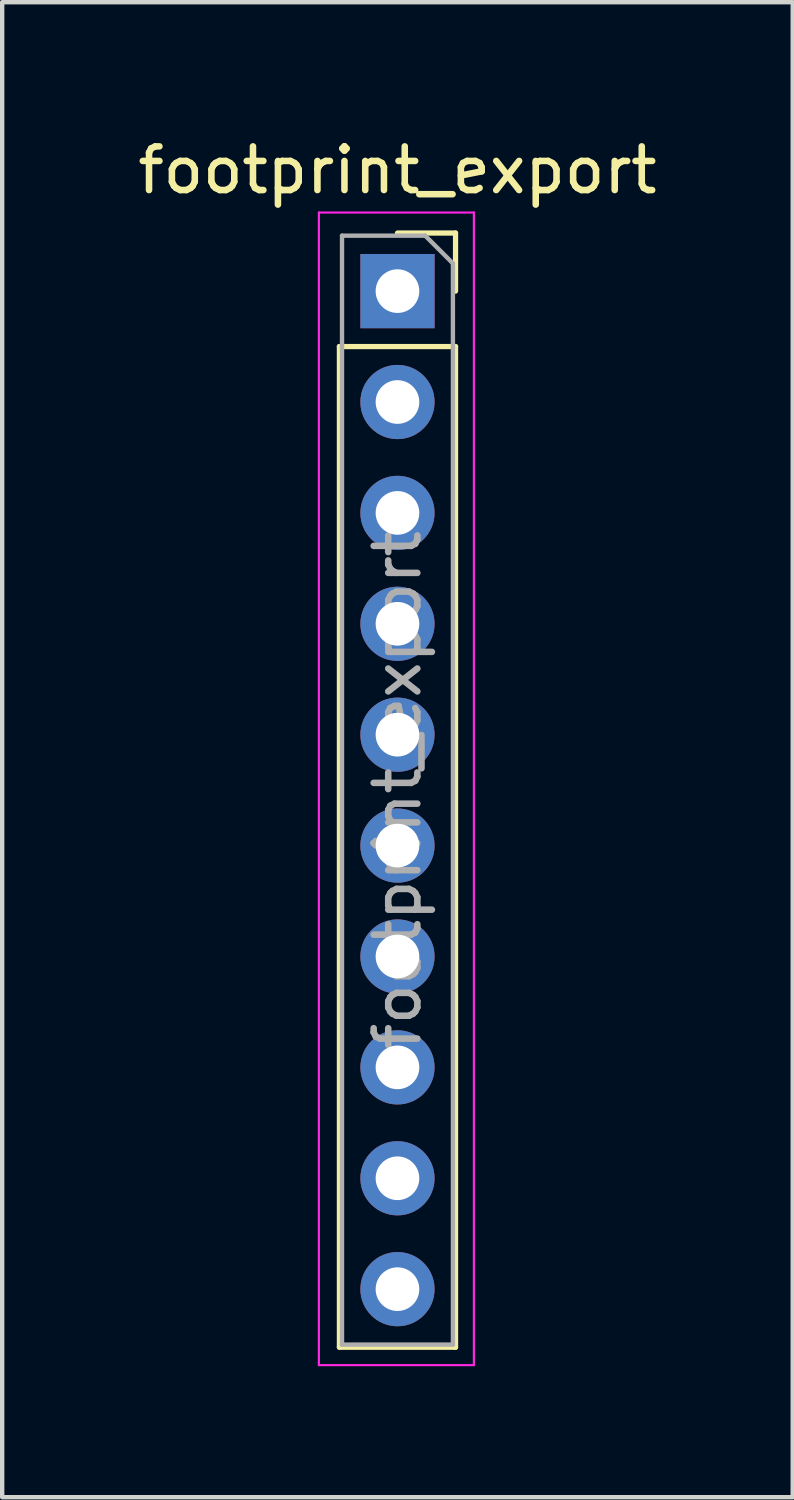
<source format=kicad_pcb>
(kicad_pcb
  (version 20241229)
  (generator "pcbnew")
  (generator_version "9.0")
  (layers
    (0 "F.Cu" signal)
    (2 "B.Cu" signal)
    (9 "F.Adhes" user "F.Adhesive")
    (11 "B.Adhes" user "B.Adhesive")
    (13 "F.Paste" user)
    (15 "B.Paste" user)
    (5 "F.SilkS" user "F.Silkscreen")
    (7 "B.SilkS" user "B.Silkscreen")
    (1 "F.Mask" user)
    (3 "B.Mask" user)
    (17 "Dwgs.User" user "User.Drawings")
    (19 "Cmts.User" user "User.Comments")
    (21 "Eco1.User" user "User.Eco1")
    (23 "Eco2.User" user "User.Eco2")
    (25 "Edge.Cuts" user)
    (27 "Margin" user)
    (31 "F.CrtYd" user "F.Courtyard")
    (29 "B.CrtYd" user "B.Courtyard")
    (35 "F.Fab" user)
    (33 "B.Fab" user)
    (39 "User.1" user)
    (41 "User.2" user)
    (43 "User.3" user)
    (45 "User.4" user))
  (footprint "footprint_export"
    (layer "F.Cu")
    (at 6.054 3.618)
    (property "Reference" "footprint_export" (at 0 -2.77 0) (layer "F.SilkS") (effects (font (size 1 1) (thickness 0.15))))
    (attr through_hole)
    (fp_line (start -1.33 1.27) (end -1.33 24.19) (stroke (width 0.12) (type solid)) (layer "F.SilkS"))
    (fp_line (start -1.33 1.27) (end 1.33 1.27) (stroke (width 0.12) (type solid)) (layer "F.SilkS"))
    (fp_line (start -1.33 24.19) (end 1.33 24.19) (stroke (width 0.12) (type solid)) (layer "F.SilkS"))
    (fp_line (start 0 -1.33) (end 1.33 -1.33) (stroke (width 0.12) (type solid)) (layer "F.SilkS"))
    (fp_line (start 1.33 -1.33) (end 1.33 0) (stroke (width 0.12) (type solid)) (layer "F.SilkS"))
    (fp_line (start 1.33 1.27) (end 1.33 24.19) (stroke (width 0.12) (type solid)) (layer "F.SilkS"))
    (fp_line (start -1.8 -1.8) (end 1.75 -1.8) (stroke (width 0.05) (type solid)) (layer "F.CrtYd"))
    (fp_line (start -1.8 24.6) (end -1.8 -1.8) (stroke (width 0.05) (type solid)) (layer "F.CrtYd"))
    (fp_line (start 1.75 -1.8) (end 1.75 24.6) (stroke (width 0.05) (type solid)) (layer "F.CrtYd"))
    (fp_line (start 1.75 24.6) (end -1.8 24.6) (stroke (width 0.05) (type solid)) (layer "F.CrtYd"))
    (fp_line (start -1.27 -1.27) (end 0.635 -1.27) (stroke (width 0.1) (type solid)) (layer "F.Fab"))
    (fp_line (start -1.27 24.13) (end -1.27 -1.27) (stroke (width 0.1) (type solid)) (layer "F.Fab"))
    (fp_line (start 0.635 -1.27) (end 1.27 -0.635) (stroke (width 0.1) (type solid)) (layer "F.Fab"))
    (fp_line (start 1.27 -0.635) (end 1.27 24.13) (stroke (width 0.1) (type solid)) (layer "F.Fab"))
    (fp_line (start 1.27 24.13) (end -1.27 24.13) (stroke (width 0.1) (type solid)) (layer "F.Fab"))
    (fp_text user "${REFERENCE}" (at 0 11.43 90) (layer "F.Fab") (effects (font (size 1 1) (thickness 0.15))))
    (pad "1" thru_hole rect (at 0 0) (size 1.7 1.7) (drill 1) (layers "*.Cu" "*.Mask"))
    (pad "2" thru_hole oval (at 0 2.54) (size 1.7 1.7) (drill 1) (layers "*.Cu" "*.Mask"))
    (pad "3" thru_hole oval (at 0 5.08) (size 1.7 1.7) (drill 1) (layers "*.Cu" "*.Mask"))
    (pad "4" thru_hole oval (at 0 7.62) (size 1.7 1.7) (drill 1) (layers "*.Cu" "*.Mask"))
    (pad "5" thru_hole oval (at 0 10.16) (size 1.7 1.7) (drill 1) (layers "*.Cu" "*.Mask"))
    (pad "6" thru_hole oval (at 0 12.7) (size 1.7 1.7) (drill 1) (layers "*.Cu" "*.Mask"))
    (pad "7" thru_hole oval (at 0 15.24) (size 1.7 1.7) (drill 1) (layers "*.Cu" "*.Mask"))
    (pad "8" thru_hole oval (at 0 17.78) (size 1.7 1.7) (drill 1) (layers "*.Cu" "*.Mask"))
    (pad "9" thru_hole oval (at 0 20.32) (size 1.7 1.7) (drill 1) (layers "*.Cu" "*.Mask"))
    (pad "10" thru_hole oval (at 0 22.86) (size 1.7 1.7) (drill 1) (layers "*.Cu" "*.Mask")))
  (gr_rect
    (start -3 -3)
    (end 15.107 31.243)
    (stroke (width 0.1) (type default))
    (fill no)
    (layer "Edge.Cuts")))
</source>
